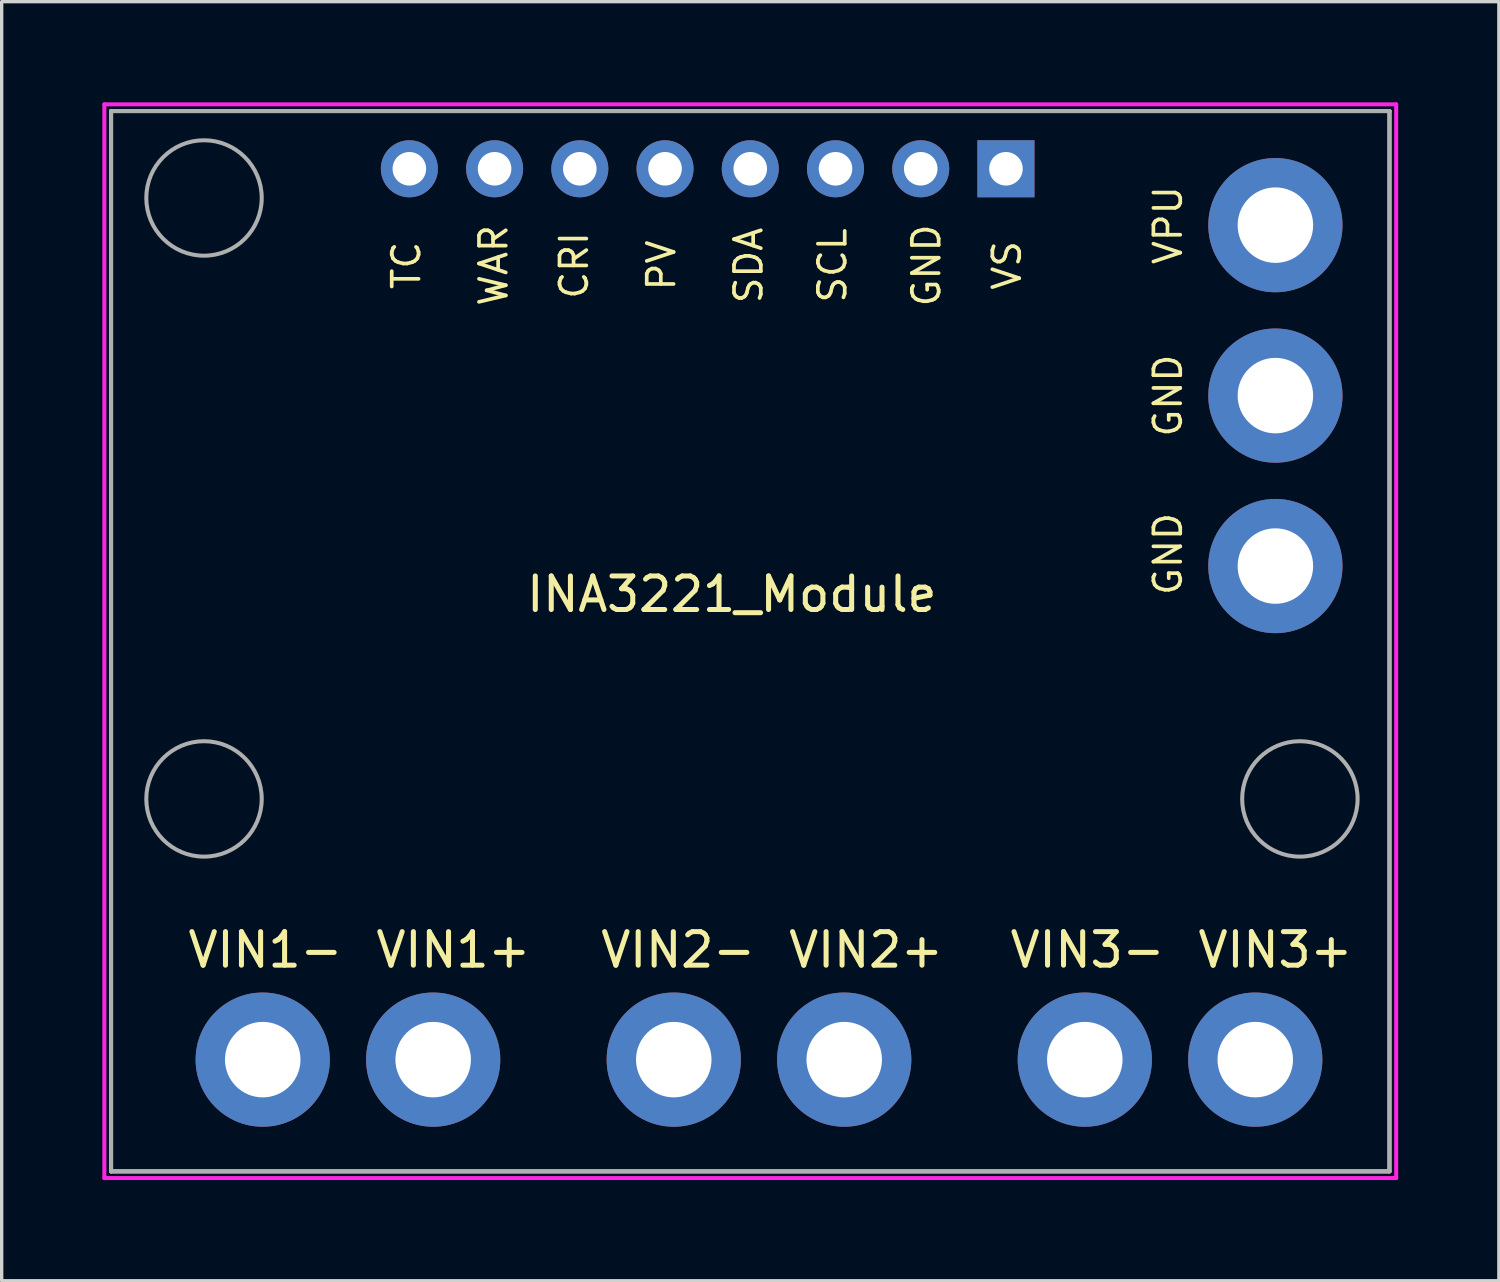
<source format=kicad_pcb>
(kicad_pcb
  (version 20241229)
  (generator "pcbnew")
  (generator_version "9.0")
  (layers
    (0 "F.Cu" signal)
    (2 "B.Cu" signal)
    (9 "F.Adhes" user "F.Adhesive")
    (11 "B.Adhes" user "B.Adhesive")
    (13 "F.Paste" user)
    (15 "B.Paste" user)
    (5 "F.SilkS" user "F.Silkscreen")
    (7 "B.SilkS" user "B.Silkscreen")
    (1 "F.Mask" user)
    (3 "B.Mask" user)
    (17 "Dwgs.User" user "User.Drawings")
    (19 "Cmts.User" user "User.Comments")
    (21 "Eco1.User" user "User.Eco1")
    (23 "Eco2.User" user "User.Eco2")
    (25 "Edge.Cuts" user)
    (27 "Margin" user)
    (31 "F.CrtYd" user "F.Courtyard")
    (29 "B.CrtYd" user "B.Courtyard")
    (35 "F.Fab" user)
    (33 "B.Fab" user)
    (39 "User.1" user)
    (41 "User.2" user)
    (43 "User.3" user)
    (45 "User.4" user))
  (footprint "INA3221_Module"
    (layer "F.Cu")
    (at 26.96 2.04)
    (property "Reference" "INA3221_Module" (at -8.2 12.62 0) (layer "F.SilkS") (effects (font (size 1 1) (thickness 0.15))))
    (attr through_hole)
    (fp_line (start -26.7 -1.78) (end 11.4 -1.78) (stroke (width 0.12) (type solid)) (layer "F.SilkS"))
    (fp_line (start -26.7 29.82) (end -26.7 -1.78) (stroke (width 0.12) (type solid)) (layer "F.SilkS"))
    (fp_line (start 11.4 -1.78) (end 11.4 29.82) (stroke (width 0.12) (type solid)) (layer "F.SilkS"))
    (fp_line (start 11.4 29.82) (end -26.7 29.82) (stroke (width 0.12) (type solid)) (layer "F.SilkS"))
    (fp_line (start -26.9 -1.98) (end 11.6 -1.98) (stroke (width 0.12) (type solid)) (layer "F.CrtYd"))
    (fp_line (start -26.9 30.02) (end -26.9 -1.98) (stroke (width 0.12) (type solid)) (layer "F.CrtYd"))
    (fp_line (start 11.5 30.02) (end -26.9 30.02) (stroke (width 0.12) (type solid)) (layer "F.CrtYd"))
    (fp_line (start 11.6 -1.98) (end 11.6 30.02) (stroke (width 0.12) (type solid)) (layer "F.CrtYd"))
    (fp_line (start 11.6 30.02) (end 11.5 30.02) (stroke (width 0.12) (type solid)) (layer "F.CrtYd"))
    (fp_line (start -26.7 -1.78) (end 11.4 -1.78) (stroke (width 0.12) (type solid)) (layer "F.Fab"))
    (fp_line (start -26.7 29.82) (end -26.7 -1.78) (stroke (width 0.12) (type solid)) (layer "F.Fab"))
    (fp_line (start 11.4 -1.78) (end 11.4 29.82) (stroke (width 0.12) (type solid)) (layer "F.Fab"))
    (fp_line (start 11.4 29.82) (end -26.7 29.82) (stroke (width 0.12) (type solid)) (layer "F.Fab"))
    (fp_circle (center -23.93 0.81) (end -22.21 0.81) (stroke (width 0.12) (type solid)) (fill no) (layer "F.Fab"))
    (fp_circle (center -23.93 18.72) (end -22.21 18.72) (stroke (width 0.12) (type solid)) (fill no) (layer "F.Fab"))
    (fp_circle (center 8.73 18.72) (end 10.45 18.72) (stroke (width 0.12) (type solid)) (fill no) (layer "F.Fab"))
    (fp_text user "CRI" (at -12.9 2.82 90) (layer "F.SilkS") (effects (font (size 0.8 0.8) (thickness 0.11))))
    (fp_text user "SCL" (at -5.2 2.82 90) (layer "F.SilkS") (effects (font (size 0.8 0.8) (thickness 0.11))))
    (fp_text user "VIN1+" (at -16.5 23.22 180) (layer "F.SilkS") (effects (font (size 1 1) (thickness 0.15))))
    (fp_text user "GND" (at 4.8 11.42 90) (layer "F.SilkS") (effects (font (size 0.8 0.8) (thickness 0.11))))
    (fp_text user "VIN2-" (at -9.8 23.22 180) (layer "F.SilkS") (effects (font (size 1 1) (thickness 0.15))))
    (fp_text user "VIN2+" (at -4.2 23.22 180) (layer "F.SilkS") (effects (font (size 1 1) (thickness 0.15))))
    (fp_text user "GND" (at -2.4 2.82 90) (layer "F.SilkS") (effects (font (size 0.8 0.8) (thickness 0.11))))
    (fp_text user "GND" (at 4.8 6.7 90) (layer "F.SilkS") (effects (font (size 0.8 0.8) (thickness 0.11))))
    (fp_text user "VIN3-" (at 2.4 23.22 180) (layer "F.SilkS") (effects (font (size 1 1) (thickness 0.15))))
    (fp_text user "VIN3+" (at 8 23.22 180) (layer "F.SilkS") (effects (font (size 1 1) (thickness 0.15))))
    (fp_text user "VPU" (at 4.8 1.62 90) (layer "F.SilkS") (effects (font (size 0.8 0.8) (thickness 0.11))))
    (fp_text user "VIN1-" (at -22.1 23.22 180) (layer "F.SilkS") (effects (font (size 1 1) (thickness 0.15))))
    (fp_text user "VS" (at 0 2.82 90) (layer "F.SilkS") (effects (font (size 0.8 0.8) (thickness 0.11))))
    (fp_text user "PV" (at -10.3 2.82 90) (layer "F.SilkS") (effects (font (size 0.8 0.8) (thickness 0.11))))
    (fp_text user "TC" (at -17.9 2.82 90) (layer "F.SilkS") (effects (font (size 0.8 0.8) (thickness 0.11))))
    (fp_text user "WAR" (at -15.3 2.82 90) (layer "F.SilkS") (effects (font (size 0.8 0.8) (thickness 0.11))))
    (fp_text user "SDA" (at -7.7 2.82 90) (layer "F.SilkS") (effects (font (size 0.8 0.8) (thickness 0.11))))
    (pad "1" thru_hole rect (at -0.03 -0.06 180) (size 1.7 1.7) (drill 1) (layers "*.Cu" "*.Mask"))
    (pad "2" thru_hole circle (at -2.57 -0.06 180) (size 1.7 1.7) (drill 1) (layers "*.Cu" "*.Mask"))
    (pad "2" thru_hole circle (at 8 6.7 180) (size 4 4) (drill 2.25) (layers "*.Cu" "*.Mask"))
    (pad "2" thru_hole circle (at 8 11.78 180) (size 4 4) (drill 2.25) (layers "*.Cu" "*.Mask"))
    (pad "3" thru_hole circle (at -5.11 -0.06 180) (size 1.7 1.7) (drill 1) (layers "*.Cu" "*.Mask"))
    (pad "4" thru_hole circle (at -7.65 -0.06 180) (size 1.7 1.7) (drill 1) (layers "*.Cu" "*.Mask"))
    (pad "5" thru_hole circle (at -10.19 -0.06 180) (size 1.7 1.7) (drill 1) (layers "*.Cu" "*.Mask"))
    (pad "6" thru_hole circle (at -12.73 -0.06 180) (size 1.7 1.7) (drill 1) (layers "*.Cu" "*.Mask"))
    (pad "7" thru_hole circle (at -15.27 -0.06 180) (size 1.7 1.7) (drill 1) (layers "*.Cu" "*.Mask"))
    (pad "8" thru_hole circle (at -17.81 -0.06 180) (size 1.7 1.7) (drill 1) (layers "*.Cu" "*.Mask"))
    (pad "9" thru_hole circle (at -22.18 26.49 180) (size 4 4) (drill 2.25) (layers "*.Cu" "*.Mask"))
    (pad "10" thru_hole circle (at -17.1 26.49 180) (size 4 4) (drill 2.25) (layers "*.Cu" "*.Mask"))
    (pad "11" thru_hole circle (at -9.93 26.49 180) (size 4 4) (drill 2.25) (layers "*.Cu" "*.Mask"))
    (pad "12" thru_hole circle (at -4.85 26.49 180) (size 4 4) (drill 2.25) (layers "*.Cu" "*.Mask"))
    (pad "13" thru_hole circle (at 2.32 26.49 180) (size 4 4) (drill 2.25) (layers "*.Cu" "*.Mask"))
    (pad "14" thru_hole circle (at 7.4 26.49 180) (size 4 4) (drill 2.25) (layers "*.Cu" "*.Mask"))
    (pad "15" thru_hole circle (at 8 1.62 180) (size 4 4) (drill 2.25) (layers "*.Cu" "*.Mask")))
  (gr_rect
    (start -3 -3)
    (end 41.62 35.12)
    (stroke (width 0.1) (type default))
    (fill no)
    (layer "Edge.Cuts")))
</source>
